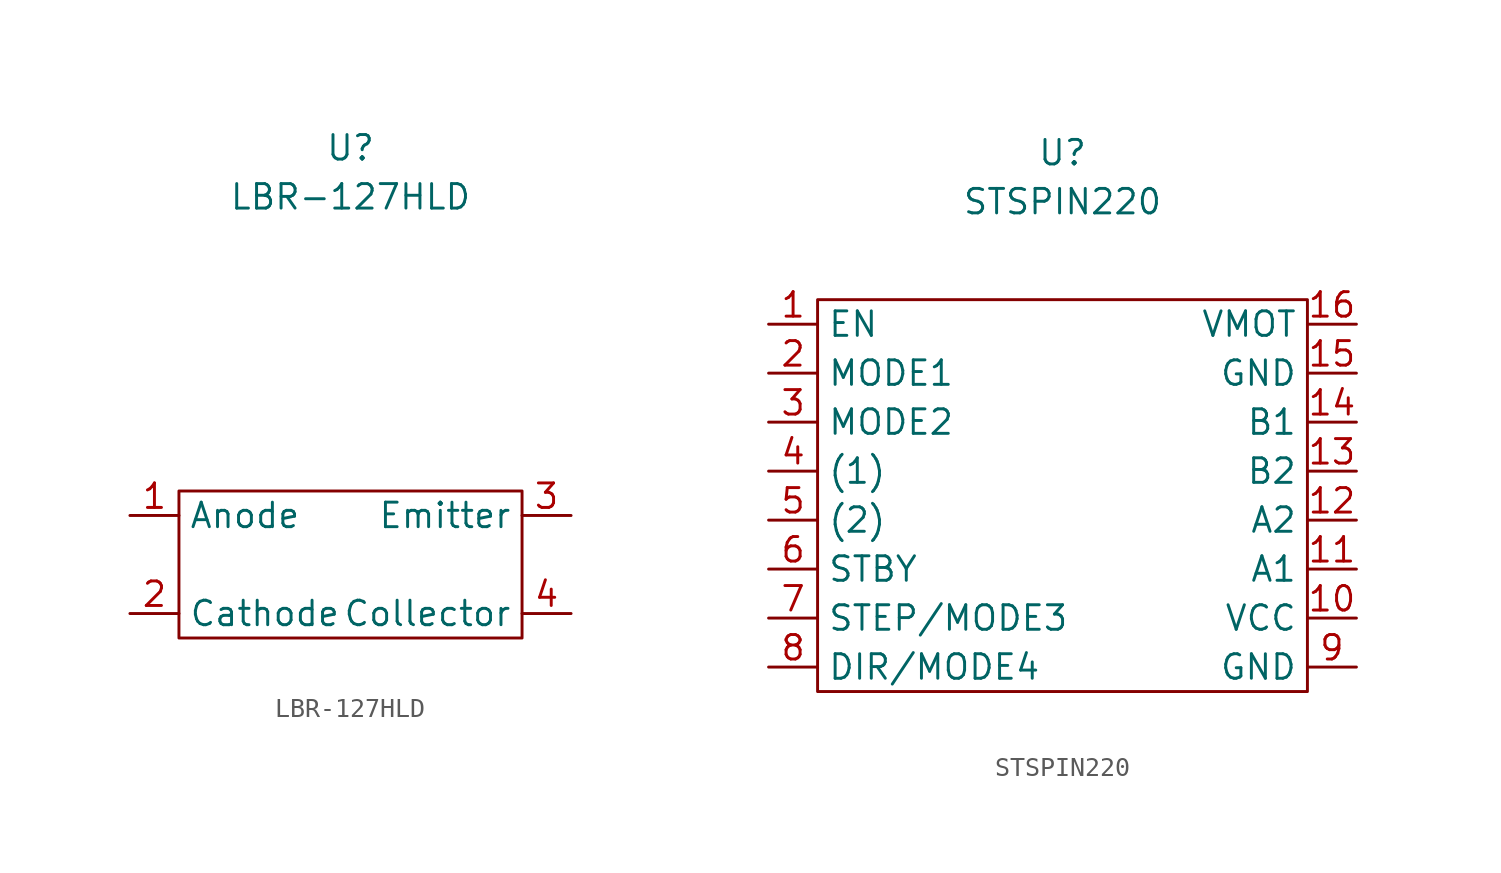
<source format=kicad_sym>
(kicad_symbol_lib
  (version 20211014)
  (generator kicad_symbol_editor)
  (symbol "LBR-127HLD"
    (property "Reference" "U"
      (at 0 21.59 0)
      (effects (font (size 1.27 1.27))))
    (property "Value" "LBR-127HLD"
      (at 0 19.05 0)
      (effects (font (size 1.27 1.27))))
    (symbol "LBR-127HLD_0_1"
      (rectangle (start -8.89 3.81) (end 8.89 -3.81) (stroke (width 0.152) (type default) (color 0 0 0 0)) (fill (type none))))
    (symbol "LBR-127HLD_1_1"
      (pin passive line (at -11.43 2.54 0) (length 2.54) (name "Anode" (effects (font (size 1.27 1.27)))) (number "1" (effects (font (size 1.27 1.27)))))
      (pin passive line (at -11.43 -2.54 0) (length 2.54) (name "Cathode" (effects (font (size 1.27 1.27)))) (number "2" (effects (font (size 1.27 1.27)))))
      (pin passive line (at 11.43 2.54 180) (length 2.54) (name "Emitter" (effects (font (size 1.27 1.27)))) (number "3" (effects (font (size 1.27 1.27)))))
      (pin passive line (at 11.43 -2.54 180) (length 2.54) (name "Collector" (effects (font (size 1.27 1.27)))) (number "4" (effects (font (size 1.27 1.27)))))))
  (symbol "STSPIN220"
    (property "Reference" "U"
      (at 0 20.32 0)
      (effects (font (size 1.27 1.27))))
    (property "Value" "STSPIN220"
      (at 0 17.78 0)
      (effects (font (size 1.27 1.27))))
    (symbol "STSPIN220_0_1"
      (rectangle (start -12.7 12.7) (end 12.7 -7.62) (stroke (width 0.152) (type default) (color 0 0 0 0)) (fill (type none))))
    (symbol "STSPIN220_1_1"
      (pin passive line (at -15.24 11.43 0) (length 2.54) (name "EN" (effects (font (size 1.27 1.27)))) (number "1" (effects (font (size 1.27 1.27)))))
      (pin passive line (at 15.24 -3.81 180) (length 2.54) (name "VCC" (effects (font (size 1.27 1.27)))) (number "10" (effects (font (size 1.27 1.27)))))
      (pin passive line (at 15.24 -1.27 180) (length 2.54) (name "A1" (effects (font (size 1.27 1.27)))) (number "11" (effects (font (size 1.27 1.27)))))
      (pin passive line (at 15.24 1.27 180) (length 2.54) (name "A2" (effects (font (size 1.27 1.27)))) (number "12" (effects (font (size 1.27 1.27)))))
      (pin passive line (at 15.24 3.81 180) (length 2.54) (name "B2" (effects (font (size 1.27 1.27)))) (number "13" (effects (font (size 1.27 1.27)))))
      (pin passive line (at 15.24 6.35 180) (length 2.54) (name "B1" (effects (font (size 1.27 1.27)))) (number "14" (effects (font (size 1.27 1.27)))))
      (pin passive line (at 15.24 8.89 180) (length 2.54) (name "GND" (effects (font (size 1.27 1.27)))) (number "15" (effects (font (size 1.27 1.27)))))
      (pin passive line (at 15.24 11.43 180) (length 2.54) (name "VMOT" (effects (font (size 1.27 1.27)))) (number "16" (effects (font (size 1.27 1.27)))))
      (pin passive line (at -15.24 8.89 0) (length 2.54) (name "MODE1" (effects (font (size 1.27 1.27)))) (number "2" (effects (font (size 1.27 1.27)))))
      (pin passive line (at -15.24 6.35 0) (length 2.54) (name "MODE2" (effects (font (size 1.27 1.27)))) (number "3" (effects (font (size 1.27 1.27)))))
      (pin passive line (at -15.24 3.81 0) (length 2.54) (name "(1)" (effects (font (size 1.27 1.27)))) (number "4" (effects (font (size 1.27 1.27)))))
      (pin passive line (at -15.24 1.27 0) (length 2.54) (name "(2)" (effects (font (size 1.27 1.27)))) (number "5" (effects (font (size 1.27 1.27)))))
      (pin passive line (at -15.24 -1.27 0) (length 2.54) (name "STBY" (effects (font (size 1.27 1.27)))) (number "6" (effects (font (size 1.27 1.27)))))
      (pin passive line (at -15.24 -3.81 0) (length 2.54) (name "STEP/MODE3" (effects (font (size 1.27 1.27)))) (number "7" (effects (font (size 1.27 1.27)))))
      (pin passive line (at -15.24 -6.35 0) (length 2.54) (name "DIR/MODE4" (effects (font (size 1.27 1.27)))) (number "8" (effects (font (size 1.27 1.27)))))
      (pin passive line (at 15.24 -6.35 180) (length 2.54) (name "GND" (effects (font (size 1.27 1.27)))) (number "9" (effects (font (size 1.27 1.27))))))))
</source>
